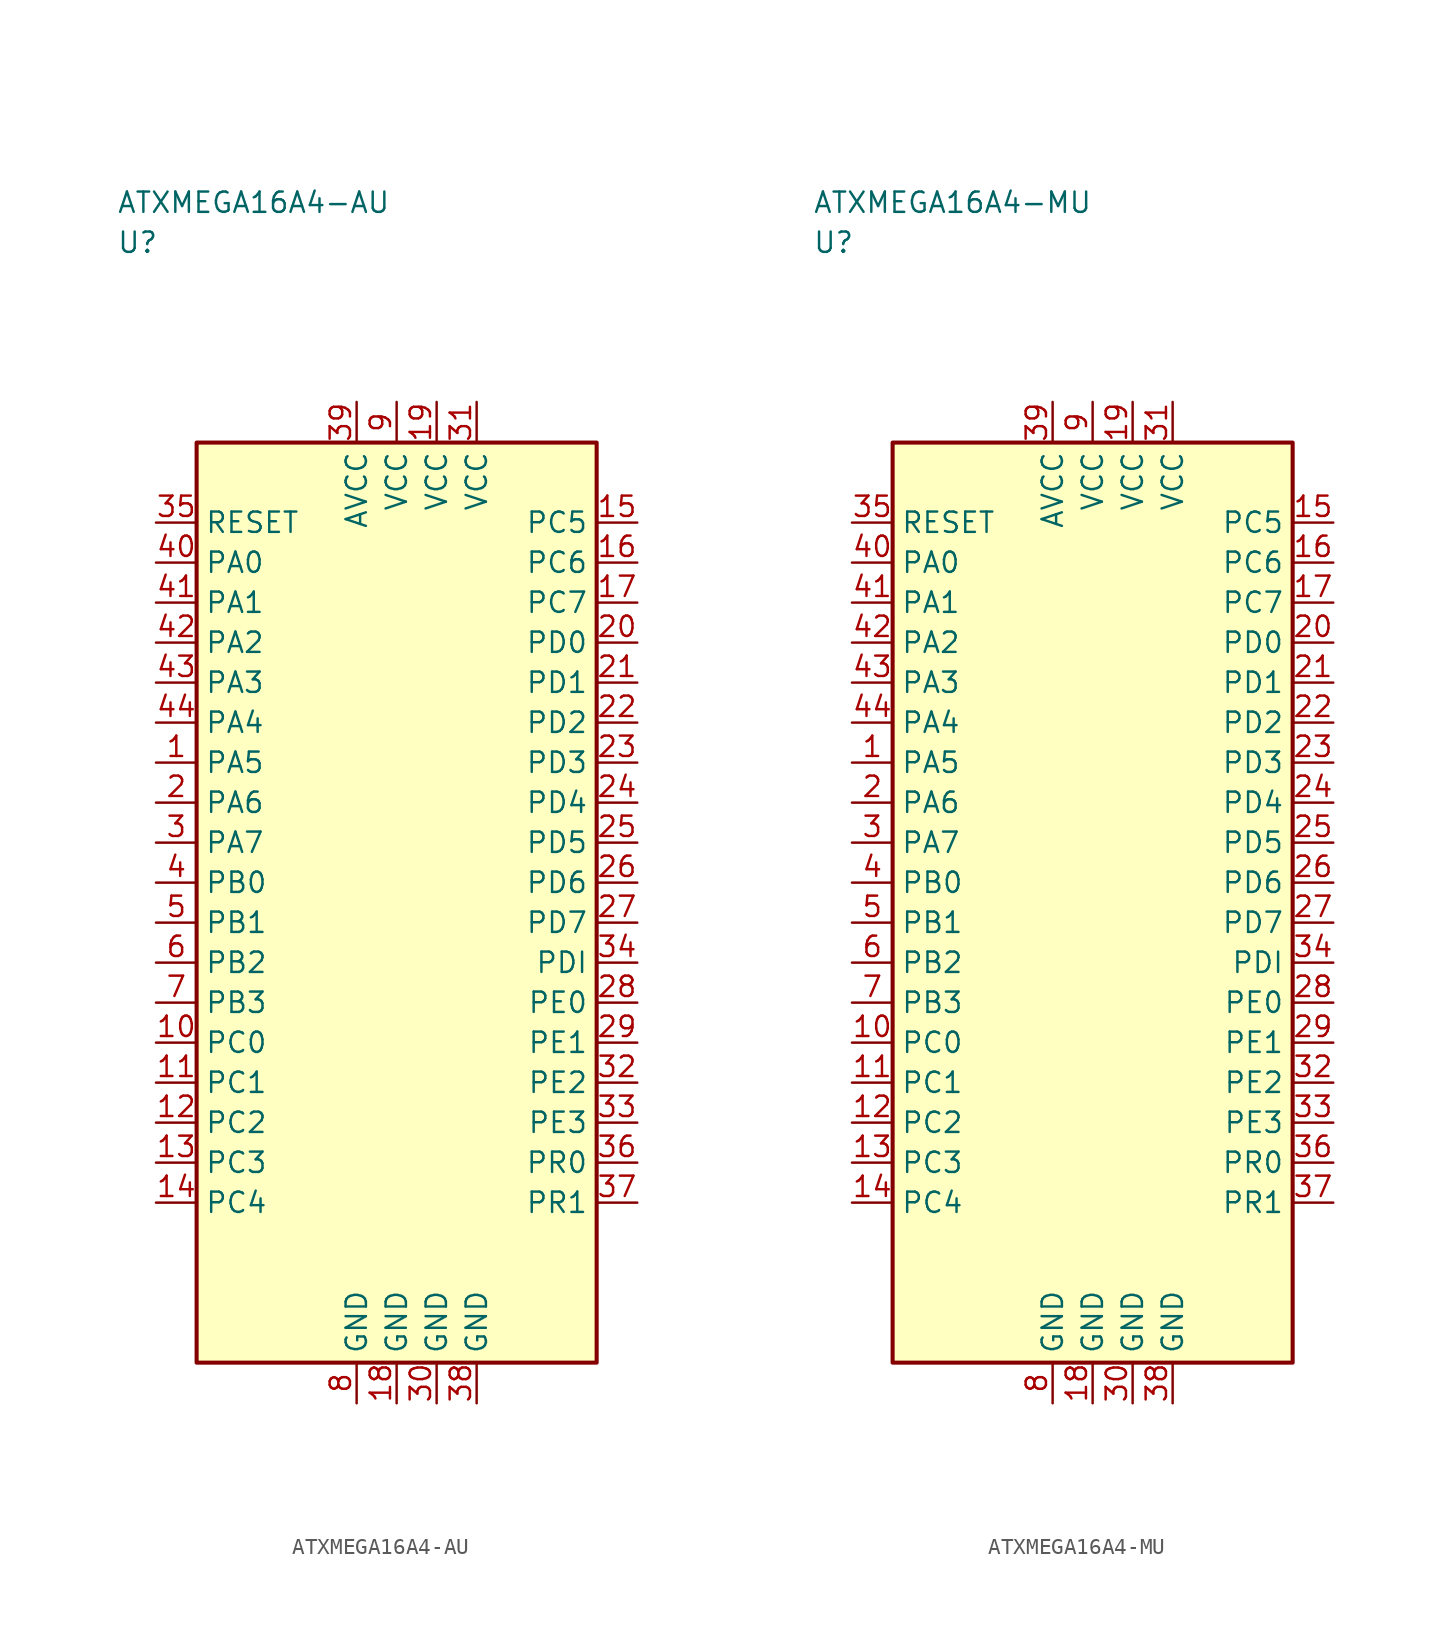
<source format=kicad_sym>
(kicad_symbol_lib
  (version 20241025)
  (generator "kicad_symbol_editor")
  (generator_version "8.0")
  (symbol "ATXMEGA16A4-AU"
    (property "Reference" "U"
      (at -17.5 41.25 0)
      (effects (font (size 1.27 1.27)) (justify left)))
    (property "Value" "ATXMEGA16A4-AU"
      (at -17.5 43.75 0)
      (effects (font (size 1.27 1.27)) (justify left)))
    (symbol "ATXMEGA16A4-AU_0_1"
      (rectangle (start -12.5 28.75) (end 12.5 -28.75) (stroke (width 0.254) (type default)) (fill (type background))))
    (symbol "ATXMEGA16A4-AU_1_1"
      (pin bidirectional line (at -15.04 8.75 0.0) (length 2.54) (name "PA5" (effects (font (size 1.27 1.27)))) (number "1" (effects (font (size 1.27 1.27)))))
      (pin bidirectional line (at -15.04 6.25 0.0) (length 2.54) (name "PA6" (effects (font (size 1.27 1.27)))) (number "2" (effects (font (size 1.27 1.27)))))
      (pin bidirectional line (at -15.04 3.75 0.0) (length 2.54) (name "PA7" (effects (font (size 1.27 1.27)))) (number "3" (effects (font (size 1.27 1.27)))))
      (pin bidirectional line (at -15.04 1.25 0.0) (length 2.54) (name "PB0" (effects (font (size 1.27 1.27)))) (number "4" (effects (font (size 1.27 1.27)))))
      (pin bidirectional line (at -15.04 -1.25 0.0) (length 2.54) (name "PB1" (effects (font (size 1.27 1.27)))) (number "5" (effects (font (size 1.27 1.27)))))
      (pin bidirectional line (at -15.04 -3.75 0.0) (length 2.54) (name "PB2" (effects (font (size 1.27 1.27)))) (number "6" (effects (font (size 1.27 1.27)))))
      (pin bidirectional line (at -15.04 -6.25 0.0) (length 2.54) (name "PB3" (effects (font (size 1.27 1.27)))) (number "7" (effects (font (size 1.27 1.27)))))
      (pin passive line (at -2.5 -31.29 90.0) (length 2.54) (name "GND" (effects (font (size 1.27 1.27)))) (number "8" (effects (font (size 1.27 1.27)))))
      (pin power_in line (at 0.0 31.29 270.0) (length 2.54) (name "VCC" (effects (font (size 1.27 1.27)))) (number "9" (effects (font (size 1.27 1.27)))))
      (pin bidirectional line (at -15.04 -8.75 0.0) (length 2.54) (name "PC0" (effects (font (size 1.27 1.27)))) (number "10" (effects (font (size 1.27 1.27)))))
      (pin bidirectional line (at -15.04 -11.25 0.0) (length 2.54) (name "PC1" (effects (font (size 1.27 1.27)))) (number "11" (effects (font (size 1.27 1.27)))))
      (pin bidirectional line (at -15.04 -13.75 0.0) (length 2.54) (name "PC2" (effects (font (size 1.27 1.27)))) (number "12" (effects (font (size 1.27 1.27)))))
      (pin bidirectional line (at -15.04 -16.25 0.0) (length 2.54) (name "PC3" (effects (font (size 1.27 1.27)))) (number "13" (effects (font (size 1.27 1.27)))))
      (pin bidirectional line (at -15.04 -18.75 0.0) (length 2.54) (name "PC4" (effects (font (size 1.27 1.27)))) (number "14" (effects (font (size 1.27 1.27)))))
      (pin bidirectional line (at 15.04 23.75 180.0) (length 2.54) (name "PC5" (effects (font (size 1.27 1.27)))) (number "15" (effects (font (size 1.27 1.27)))))
      (pin bidirectional line (at 15.04 21.25 180.0) (length 2.54) (name "PC6" (effects (font (size 1.27 1.27)))) (number "16" (effects (font (size 1.27 1.27)))))
      (pin bidirectional line (at 15.04 18.75 180.0) (length 2.54) (name "PC7" (effects (font (size 1.27 1.27)))) (number "17" (effects (font (size 1.27 1.27)))))
      (pin passive line (at 0.0 -31.29 90.0) (length 2.54) (name "GND" (effects (font (size 1.27 1.27)))) (number "18" (effects (font (size 1.27 1.27)))))
      (pin power_in line (at 2.5 31.29 270.0) (length 2.54) (name "VCC" (effects (font (size 1.27 1.27)))) (number "19" (effects (font (size 1.27 1.27)))))
      (pin bidirectional line (at 15.04 16.25 180.0) (length 2.54) (name "PD0" (effects (font (size 1.27 1.27)))) (number "20" (effects (font (size 1.27 1.27)))))
      (pin bidirectional line (at 15.04 13.75 180.0) (length 2.54) (name "PD1" (effects (font (size 1.27 1.27)))) (number "21" (effects (font (size 1.27 1.27)))))
      (pin bidirectional line (at 15.04 11.25 180.0) (length 2.54) (name "PD2" (effects (font (size 1.27 1.27)))) (number "22" (effects (font (size 1.27 1.27)))))
      (pin bidirectional line (at 15.04 8.75 180.0) (length 2.54) (name "PD3" (effects (font (size 1.27 1.27)))) (number "23" (effects (font (size 1.27 1.27)))))
      (pin bidirectional line (at 15.04 6.25 180.0) (length 2.54) (name "PD4" (effects (font (size 1.27 1.27)))) (number "24" (effects (font (size 1.27 1.27)))))
      (pin bidirectional line (at 15.04 3.75 180.0) (length 2.54) (name "PD5" (effects (font (size 1.27 1.27)))) (number "25" (effects (font (size 1.27 1.27)))))
      (pin bidirectional line (at 15.04 1.25 180.0) (length 2.54) (name "PD6" (effects (font (size 1.27 1.27)))) (number "26" (effects (font (size 1.27 1.27)))))
      (pin bidirectional line (at 15.04 -1.25 180.0) (length 2.54) (name "PD7" (effects (font (size 1.27 1.27)))) (number "27" (effects (font (size 1.27 1.27)))))
      (pin bidirectional line (at 15.04 -6.25 180.0) (length 2.54) (name "PE0" (effects (font (size 1.27 1.27)))) (number "28" (effects (font (size 1.27 1.27)))))
      (pin bidirectional line (at 15.04 -8.75 180.0) (length 2.54) (name "PE1" (effects (font (size 1.27 1.27)))) (number "29" (effects (font (size 1.27 1.27)))))
      (pin passive line (at 2.5 -31.29 90.0) (length 2.54) (name "GND" (effects (font (size 1.27 1.27)))) (number "30" (effects (font (size 1.27 1.27)))))
      (pin power_in line (at 5.0 31.29 270.0) (length 2.54) (name "VCC" (effects (font (size 1.27 1.27)))) (number "31" (effects (font (size 1.27 1.27)))))
      (pin bidirectional line (at 15.04 -11.25 180.0) (length 2.54) (name "PE2" (effects (font (size 1.27 1.27)))) (number "32" (effects (font (size 1.27 1.27)))))
      (pin bidirectional line (at 15.04 -13.75 180.0) (length 2.54) (name "PE3" (effects (font (size 1.27 1.27)))) (number "33" (effects (font (size 1.27 1.27)))))
      (pin bidirectional line (at 15.04 -3.75 180.0) (length 2.54) (name "PDI" (effects (font (size 1.27 1.27)))) (number "34" (effects (font (size 1.27 1.27)))))
      (pin input line (at -15.04 23.75 0.0) (length 2.54) (name "RESET" (effects (font (size 1.27 1.27)))) (number "35" (effects (font (size 1.27 1.27)))))
      (pin bidirectional line (at 15.04 -16.25 180.0) (length 2.54) (name "PR0" (effects (font (size 1.27 1.27)))) (number "36" (effects (font (size 1.27 1.27)))))
      (pin bidirectional line (at 15.04 -18.75 180.0) (length 2.54) (name "PR1" (effects (font (size 1.27 1.27)))) (number "37" (effects (font (size 1.27 1.27)))))
      (pin passive line (at 5.0 -31.29 90.0) (length 2.54) (name "GND" (effects (font (size 1.27 1.27)))) (number "38" (effects (font (size 1.27 1.27)))))
      (pin power_in line (at -2.5 31.29 270.0) (length 2.54) (name "AVCC" (effects (font (size 1.27 1.27)))) (number "39" (effects (font (size 1.27 1.27)))))
      (pin bidirectional line (at -15.04 21.25 0.0) (length 2.54) (name "PA0" (effects (font (size 1.27 1.27)))) (number "40" (effects (font (size 1.27 1.27)))))
      (pin bidirectional line (at -15.04 18.75 0.0) (length 2.54) (name "PA1" (effects (font (size 1.27 1.27)))) (number "41" (effects (font (size 1.27 1.27)))))
      (pin bidirectional line (at -15.04 16.25 0.0) (length 2.54) (name "PA2" (effects (font (size 1.27 1.27)))) (number "42" (effects (font (size 1.27 1.27)))))
      (pin bidirectional line (at -15.04 13.75 0.0) (length 2.54) (name "PA3" (effects (font (size 1.27 1.27)))) (number "43" (effects (font (size 1.27 1.27)))))
      (pin bidirectional line (at -15.04 11.25 0.0) (length 2.54) (name "PA4" (effects (font (size 1.27 1.27)))) (number "44" (effects (font (size 1.27 1.27)))))))
  (symbol "ATXMEGA16A4-MU"
    (property "Reference" "U"
      (at -17.5 41.25 0)
      (effects (font (size 1.27 1.27)) (justify left)))
    (property "Value" "ATXMEGA16A4-MU"
      (at -17.5 43.75 0)
      (effects (font (size 1.27 1.27)) (justify left)))
    (symbol "ATXMEGA16A4-MU_0_1"
      (rectangle (start -12.5 28.75) (end 12.5 -28.75) (stroke (width 0.254) (type default)) (fill (type background))))
    (symbol "ATXMEGA16A4-MU_1_1"
      (pin bidirectional line (at -15.04 8.75 0.0) (length 2.54) (name "PA5" (effects (font (size 1.27 1.27)))) (number "1" (effects (font (size 1.27 1.27)))))
      (pin bidirectional line (at -15.04 6.25 0.0) (length 2.54) (name "PA6" (effects (font (size 1.27 1.27)))) (number "2" (effects (font (size 1.27 1.27)))))
      (pin bidirectional line (at -15.04 3.75 0.0) (length 2.54) (name "PA7" (effects (font (size 1.27 1.27)))) (number "3" (effects (font (size 1.27 1.27)))))
      (pin bidirectional line (at -15.04 1.25 0.0) (length 2.54) (name "PB0" (effects (font (size 1.27 1.27)))) (number "4" (effects (font (size 1.27 1.27)))))
      (pin bidirectional line (at -15.04 -1.25 0.0) (length 2.54) (name "PB1" (effects (font (size 1.27 1.27)))) (number "5" (effects (font (size 1.27 1.27)))))
      (pin bidirectional line (at -15.04 -3.75 0.0) (length 2.54) (name "PB2" (effects (font (size 1.27 1.27)))) (number "6" (effects (font (size 1.27 1.27)))))
      (pin bidirectional line (at -15.04 -6.25 0.0) (length 2.54) (name "PB3" (effects (font (size 1.27 1.27)))) (number "7" (effects (font (size 1.27 1.27)))))
      (pin passive line (at -2.5 -31.29 90.0) (length 2.54) (name "GND" (effects (font (size 1.27 1.27)))) (number "8" (effects (font (size 1.27 1.27)))))
      (pin power_in line (at 0.0 31.29 270.0) (length 2.54) (name "VCC" (effects (font (size 1.27 1.27)))) (number "9" (effects (font (size 1.27 1.27)))))
      (pin bidirectional line (at -15.04 -8.75 0.0) (length 2.54) (name "PC0" (effects (font (size 1.27 1.27)))) (number "10" (effects (font (size 1.27 1.27)))))
      (pin bidirectional line (at -15.04 -11.25 0.0) (length 2.54) (name "PC1" (effects (font (size 1.27 1.27)))) (number "11" (effects (font (size 1.27 1.27)))))
      (pin bidirectional line (at -15.04 -13.75 0.0) (length 2.54) (name "PC2" (effects (font (size 1.27 1.27)))) (number "12" (effects (font (size 1.27 1.27)))))
      (pin bidirectional line (at -15.04 -16.25 0.0) (length 2.54) (name "PC3" (effects (font (size 1.27 1.27)))) (number "13" (effects (font (size 1.27 1.27)))))
      (pin bidirectional line (at -15.04 -18.75 0.0) (length 2.54) (name "PC4" (effects (font (size 1.27 1.27)))) (number "14" (effects (font (size 1.27 1.27)))))
      (pin bidirectional line (at 15.04 23.75 180.0) (length 2.54) (name "PC5" (effects (font (size 1.27 1.27)))) (number "15" (effects (font (size 1.27 1.27)))))
      (pin bidirectional line (at 15.04 21.25 180.0) (length 2.54) (name "PC6" (effects (font (size 1.27 1.27)))) (number "16" (effects (font (size 1.27 1.27)))))
      (pin bidirectional line (at 15.04 18.75 180.0) (length 2.54) (name "PC7" (effects (font (size 1.27 1.27)))) (number "17" (effects (font (size 1.27 1.27)))))
      (pin passive line (at 0.0 -31.29 90.0) (length 2.54) (name "GND" (effects (font (size 1.27 1.27)))) (number "18" (effects (font (size 1.27 1.27)))))
      (pin power_in line (at 2.5 31.29 270.0) (length 2.54) (name "VCC" (effects (font (size 1.27 1.27)))) (number "19" (effects (font (size 1.27 1.27)))))
      (pin bidirectional line (at 15.04 16.25 180.0) (length 2.54) (name "PD0" (effects (font (size 1.27 1.27)))) (number "20" (effects (font (size 1.27 1.27)))))
      (pin bidirectional line (at 15.04 13.75 180.0) (length 2.54) (name "PD1" (effects (font (size 1.27 1.27)))) (number "21" (effects (font (size 1.27 1.27)))))
      (pin bidirectional line (at 15.04 11.25 180.0) (length 2.54) (name "PD2" (effects (font (size 1.27 1.27)))) (number "22" (effects (font (size 1.27 1.27)))))
      (pin bidirectional line (at 15.04 8.75 180.0) (length 2.54) (name "PD3" (effects (font (size 1.27 1.27)))) (number "23" (effects (font (size 1.27 1.27)))))
      (pin bidirectional line (at 15.04 6.25 180.0) (length 2.54) (name "PD4" (effects (font (size 1.27 1.27)))) (number "24" (effects (font (size 1.27 1.27)))))
      (pin bidirectional line (at 15.04 3.75 180.0) (length 2.54) (name "PD5" (effects (font (size 1.27 1.27)))) (number "25" (effects (font (size 1.27 1.27)))))
      (pin bidirectional line (at 15.04 1.25 180.0) (length 2.54) (name "PD6" (effects (font (size 1.27 1.27)))) (number "26" (effects (font (size 1.27 1.27)))))
      (pin bidirectional line (at 15.04 -1.25 180.0) (length 2.54) (name "PD7" (effects (font (size 1.27 1.27)))) (number "27" (effects (font (size 1.27 1.27)))))
      (pin bidirectional line (at 15.04 -6.25 180.0) (length 2.54) (name "PE0" (effects (font (size 1.27 1.27)))) (number "28" (effects (font (size 1.27 1.27)))))
      (pin bidirectional line (at 15.04 -8.75 180.0) (length 2.54) (name "PE1" (effects (font (size 1.27 1.27)))) (number "29" (effects (font (size 1.27 1.27)))))
      (pin passive line (at 2.5 -31.29 90.0) (length 2.54) (name "GND" (effects (font (size 1.27 1.27)))) (number "30" (effects (font (size 1.27 1.27)))))
      (pin power_in line (at 5.0 31.29 270.0) (length 2.54) (name "VCC" (effects (font (size 1.27 1.27)))) (number "31" (effects (font (size 1.27 1.27)))))
      (pin bidirectional line (at 15.04 -11.25 180.0) (length 2.54) (name "PE2" (effects (font (size 1.27 1.27)))) (number "32" (effects (font (size 1.27 1.27)))))
      (pin bidirectional line (at 15.04 -13.75 180.0) (length 2.54) (name "PE3" (effects (font (size 1.27 1.27)))) (number "33" (effects (font (size 1.27 1.27)))))
      (pin bidirectional line (at 15.04 -3.75 180.0) (length 2.54) (name "PDI" (effects (font (size 1.27 1.27)))) (number "34" (effects (font (size 1.27 1.27)))))
      (pin input line (at -15.04 23.75 0.0) (length 2.54) (name "RESET" (effects (font (size 1.27 1.27)))) (number "35" (effects (font (size 1.27 1.27)))))
      (pin bidirectional line (at 15.04 -16.25 180.0) (length 2.54) (name "PR0" (effects (font (size 1.27 1.27)))) (number "36" (effects (font (size 1.27 1.27)))))
      (pin bidirectional line (at 15.04 -18.75 180.0) (length 2.54) (name "PR1" (effects (font (size 1.27 1.27)))) (number "37" (effects (font (size 1.27 1.27)))))
      (pin passive line (at 5.0 -31.29 90.0) (length 2.54) (name "GND" (effects (font (size 1.27 1.27)))) (number "38" (effects (font (size 1.27 1.27)))))
      (pin power_in line (at -2.5 31.29 270.0) (length 2.54) (name "AVCC" (effects (font (size 1.27 1.27)))) (number "39" (effects (font (size 1.27 1.27)))))
      (pin bidirectional line (at -15.04 21.25 0.0) (length 2.54) (name "PA0" (effects (font (size 1.27 1.27)))) (number "40" (effects (font (size 1.27 1.27)))))
      (pin bidirectional line (at -15.04 18.75 0.0) (length 2.54) (name "PA1" (effects (font (size 1.27 1.27)))) (number "41" (effects (font (size 1.27 1.27)))))
      (pin bidirectional line (at -15.04 16.25 0.0) (length 2.54) (name "PA2" (effects (font (size 1.27 1.27)))) (number "42" (effects (font (size 1.27 1.27)))))
      (pin bidirectional line (at -15.04 13.75 0.0) (length 2.54) (name "PA3" (effects (font (size 1.27 1.27)))) (number "43" (effects (font (size 1.27 1.27)))))
      (pin bidirectional line (at -15.04 11.25 0.0) (length 2.54) (name "PA4" (effects (font (size 1.27 1.27)))) (number "44" (effects (font (size 1.27 1.27))))))))
</source>
